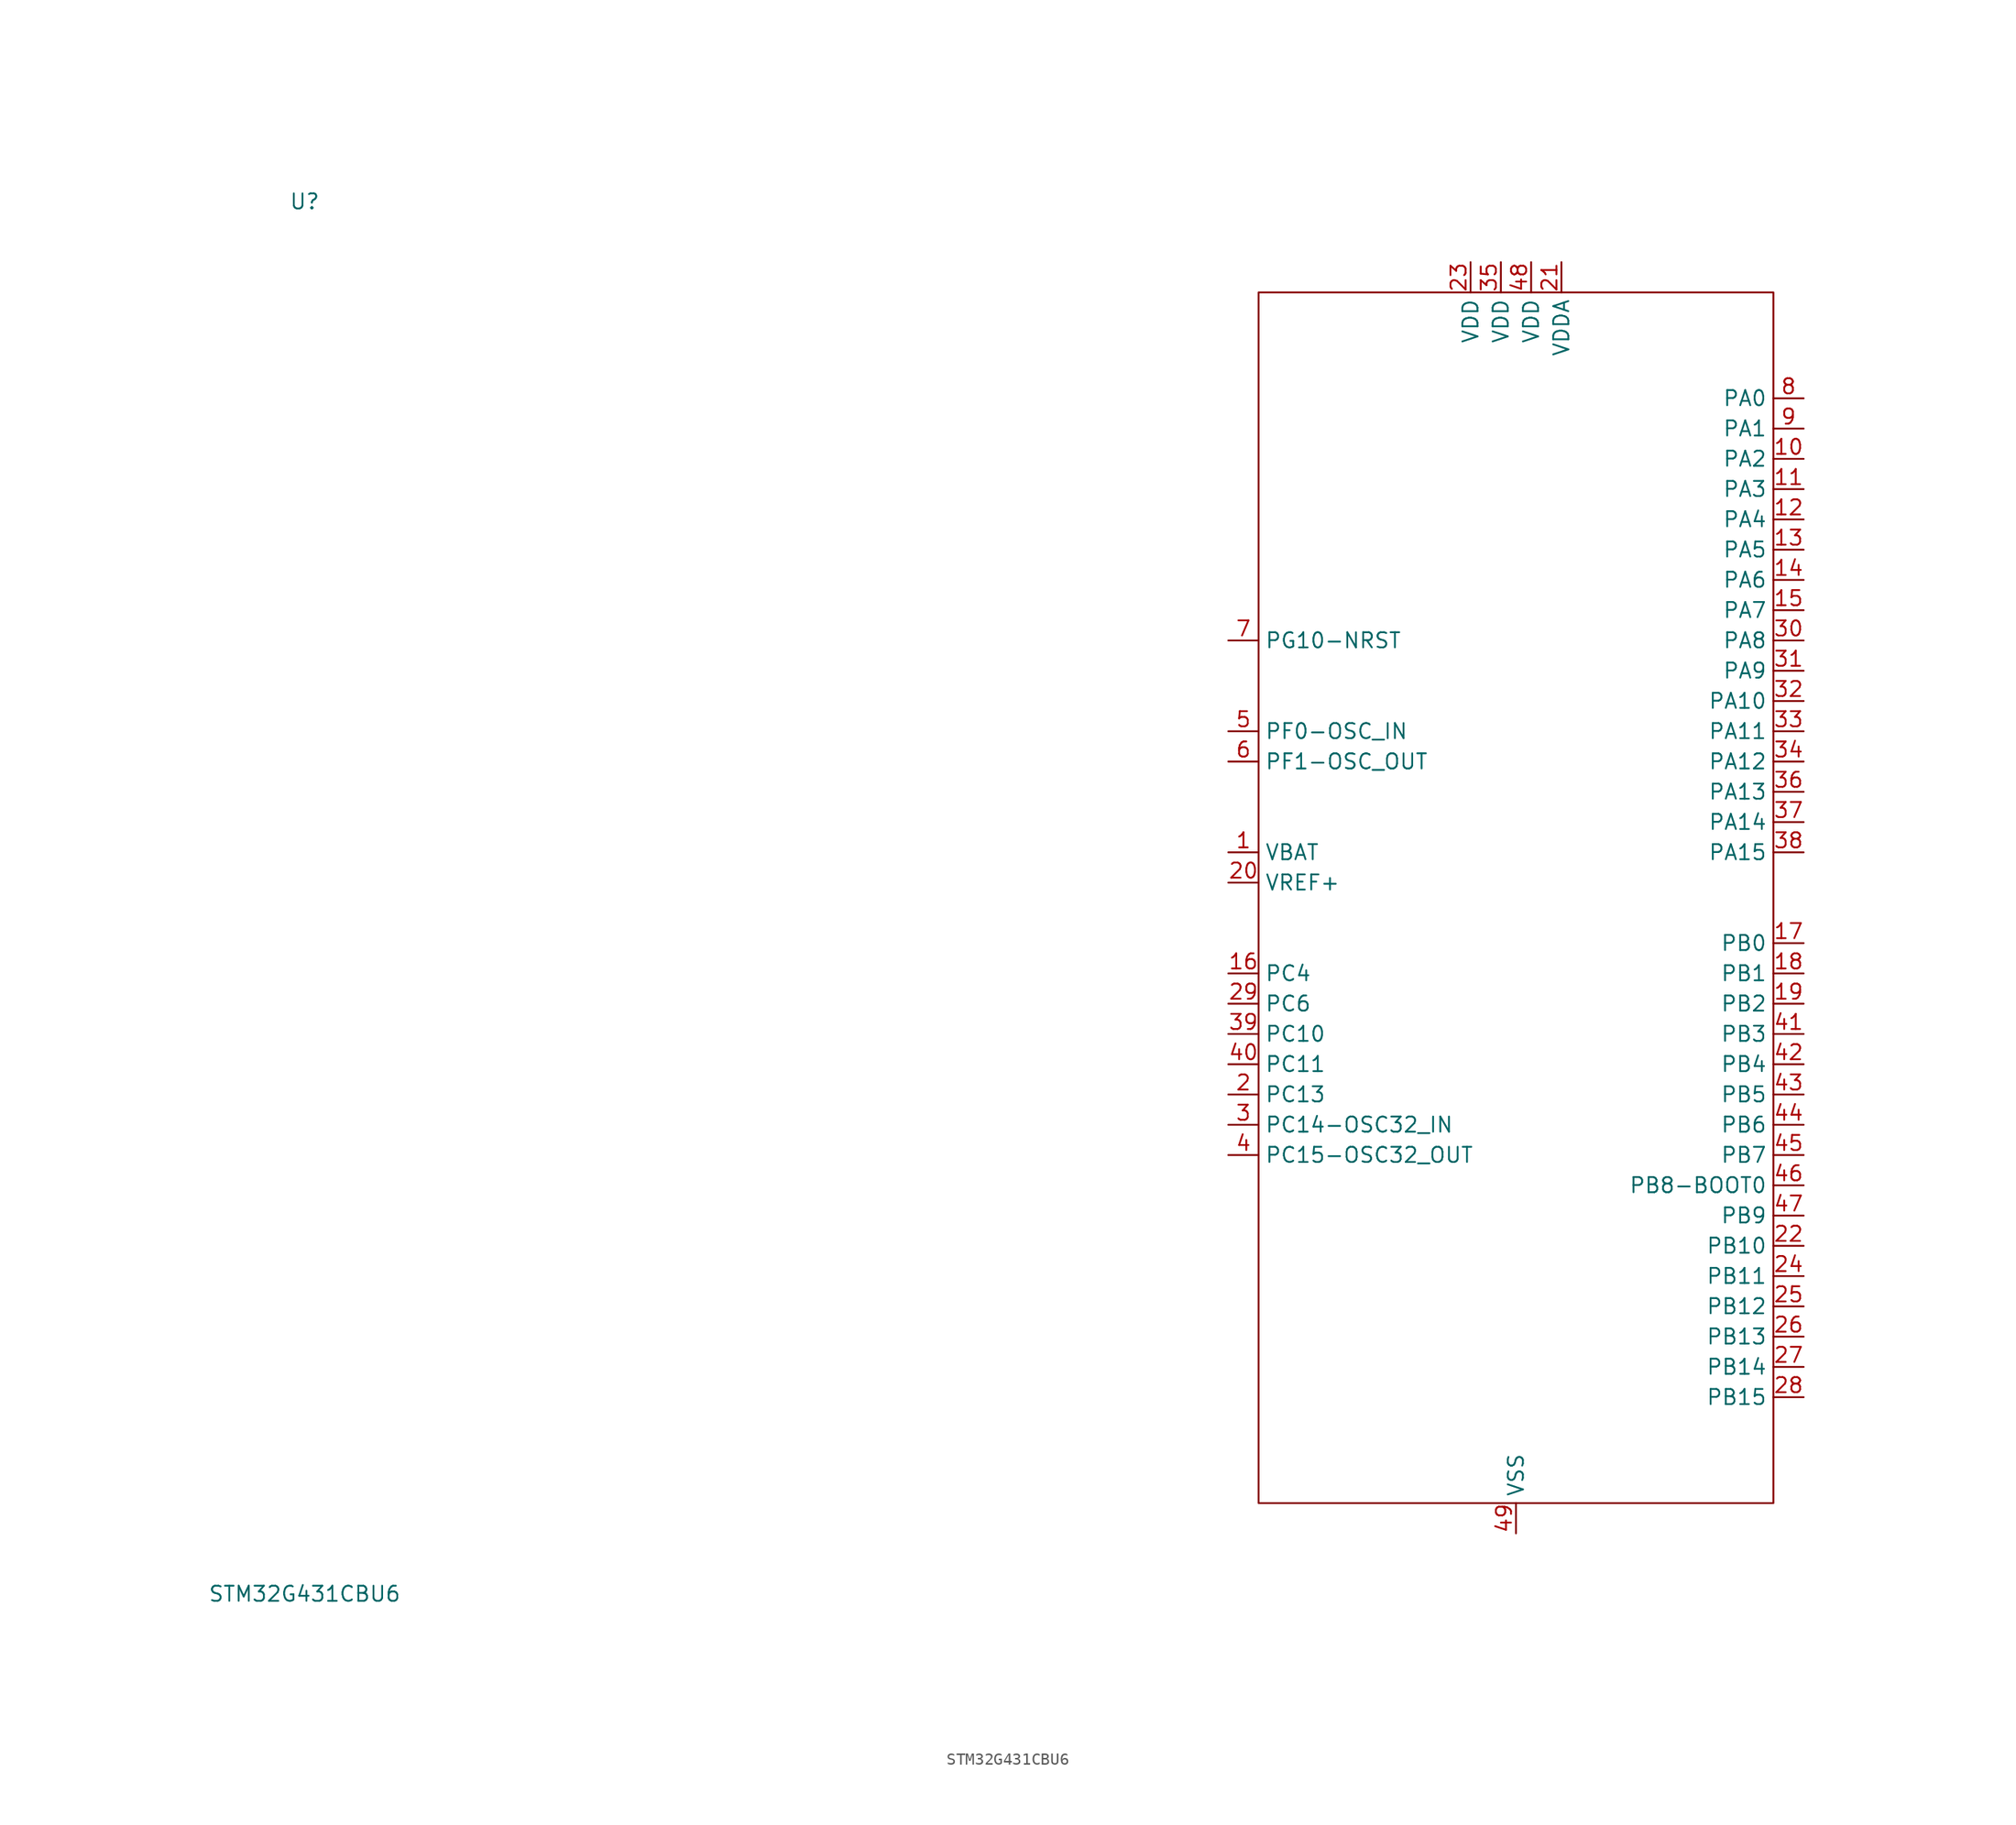
<source format=kicad_sym>
(kicad_symbol_lib
  (version 20211014)
  (generator nlbn)
  (symbol "STM32G431CBU6"
    (property "Reference" "U"
      (at 0 -17.78 0)
      (effects (font (size 1.27 1.27))))
    (property "Value" "STM32G431CBU6"
      (at 0 -134.62 0)
      (effects (font (size 1.27 1.27))))
    (symbol "STM32G431CBU6_0_1"
      (rectangle (start 80.01 -25.40) (end 123.19 -127.00) (stroke (width 0) (type default) (color 0 0 0 0)) (fill (type none)))
      (pin unspecified line (at 77.47 -54.61 0) (length 2.54) (name "PG10-NRST" (effects (font (size 1.27 1.27)))) (number "7" (effects (font (size 1.27 1.27)))))
      (pin unspecified line (at 77.47 -62.23 0) (length 2.54) (name "PF0-OSC_IN" (effects (font (size 1.27 1.27)))) (number "5" (effects (font (size 1.27 1.27)))))
      (pin unspecified line (at 77.47 -64.77 0) (length 2.54) (name "PF1-OSC_OUT" (effects (font (size 1.27 1.27)))) (number "6" (effects (font (size 1.27 1.27)))))
      (pin unspecified line (at 77.47 -72.39 0) (length 2.54) (name "VBAT" (effects (font (size 1.27 1.27)))) (number "1" (effects (font (size 1.27 1.27)))))
      (pin unspecified line (at 77.47 -74.93 0) (length 2.54) (name "VREF+" (effects (font (size 1.27 1.27)))) (number "20" (effects (font (size 1.27 1.27)))))
      (pin unspecified line (at 77.47 -82.55 0) (length 2.54) (name "PC4" (effects (font (size 1.27 1.27)))) (number "16" (effects (font (size 1.27 1.27)))))
      (pin unspecified line (at 77.47 -85.09 0) (length 2.54) (name "PC6" (effects (font (size 1.27 1.27)))) (number "29" (effects (font (size 1.27 1.27)))))
      (pin unspecified line (at 77.47 -87.63 0) (length 2.54) (name "PC10" (effects (font (size 1.27 1.27)))) (number "39" (effects (font (size 1.27 1.27)))))
      (pin unspecified line (at 77.47 -90.17 0) (length 2.54) (name "PC11" (effects (font (size 1.27 1.27)))) (number "40" (effects (font (size 1.27 1.27)))))
      (pin unspecified line (at 77.47 -92.71 0) (length 2.54) (name "PC13" (effects (font (size 1.27 1.27)))) (number "2" (effects (font (size 1.27 1.27)))))
      (pin unspecified line (at 77.47 -95.25 0) (length 2.54) (name "PC14-OSC32_IN" (effects (font (size 1.27 1.27)))) (number "3" (effects (font (size 1.27 1.27)))))
      (pin unspecified line (at 77.47 -97.79 0) (length 2.54) (name "PC15-OSC32_OUT" (effects (font (size 1.27 1.27)))) (number "4" (effects (font (size 1.27 1.27)))))
      (pin unspecified line (at 125.73 -118.11 180) (length 2.54) (name "PB15" (effects (font (size 1.27 1.27)))) (number "28" (effects (font (size 1.27 1.27)))))
      (pin unspecified line (at 125.73 -115.57 180) (length 2.54) (name "PB14" (effects (font (size 1.27 1.27)))) (number "27" (effects (font (size 1.27 1.27)))))
      (pin unspecified line (at 125.73 -113.03 180) (length 2.54) (name "PB13" (effects (font (size 1.27 1.27)))) (number "26" (effects (font (size 1.27 1.27)))))
      (pin unspecified line (at 125.73 -110.49 180) (length 2.54) (name "PB12" (effects (font (size 1.27 1.27)))) (number "25" (effects (font (size 1.27 1.27)))))
      (pin unspecified line (at 125.73 -107.95 180) (length 2.54) (name "PB11" (effects (font (size 1.27 1.27)))) (number "24" (effects (font (size 1.27 1.27)))))
      (pin unspecified line (at 125.73 -105.41 180) (length 2.54) (name "PB10" (effects (font (size 1.27 1.27)))) (number "22" (effects (font (size 1.27 1.27)))))
      (pin unspecified line (at 125.73 -102.87 180) (length 2.54) (name "PB9" (effects (font (size 1.27 1.27)))) (number "47" (effects (font (size 1.27 1.27)))))
      (pin unspecified line (at 125.73 -100.33 180) (length 2.54) (name "PB8-BOOT0" (effects (font (size 1.27 1.27)))) (number "46" (effects (font (size 1.27 1.27)))))
      (pin unspecified line (at 125.73 -97.79 180) (length 2.54) (name "PB7" (effects (font (size 1.27 1.27)))) (number "45" (effects (font (size 1.27 1.27)))))
      (pin unspecified line (at 125.73 -95.25 180) (length 2.54) (name "PB6" (effects (font (size 1.27 1.27)))) (number "44" (effects (font (size 1.27 1.27)))))
      (pin unspecified line (at 125.73 -92.71 180) (length 2.54) (name "PB5" (effects (font (size 1.27 1.27)))) (number "43" (effects (font (size 1.27 1.27)))))
      (pin unspecified line (at 125.73 -90.17 180) (length 2.54) (name "PB4" (effects (font (size 1.27 1.27)))) (number "42" (effects (font (size 1.27 1.27)))))
      (pin unspecified line (at 125.73 -87.63 180) (length 2.54) (name "PB3" (effects (font (size 1.27 1.27)))) (number "41" (effects (font (size 1.27 1.27)))))
      (pin unspecified line (at 125.73 -85.09 180) (length 2.54) (name "PB2" (effects (font (size 1.27 1.27)))) (number "19" (effects (font (size 1.27 1.27)))))
      (pin unspecified line (at 125.73 -82.55 180) (length 2.54) (name "PB1" (effects (font (size 1.27 1.27)))) (number "18" (effects (font (size 1.27 1.27)))))
      (pin unspecified line (at 125.73 -80.01 180) (length 2.54) (name "PB0" (effects (font (size 1.27 1.27)))) (number "17" (effects (font (size 1.27 1.27)))))
      (pin unspecified line (at 125.73 -72.39 180) (length 2.54) (name "PA15" (effects (font (size 1.27 1.27)))) (number "38" (effects (font (size 1.27 1.27)))))
      (pin unspecified line (at 125.73 -69.85 180) (length 2.54) (name "PA14" (effects (font (size 1.27 1.27)))) (number "37" (effects (font (size 1.27 1.27)))))
      (pin unspecified line (at 125.73 -67.31 180) (length 2.54) (name "PA13" (effects (font (size 1.27 1.27)))) (number "36" (effects (font (size 1.27 1.27)))))
      (pin unspecified line (at 125.73 -64.77 180) (length 2.54) (name "PA12" (effects (font (size 1.27 1.27)))) (number "34" (effects (font (size 1.27 1.27)))))
      (pin unspecified line (at 125.73 -62.23 180) (length 2.54) (name "PA11" (effects (font (size 1.27 1.27)))) (number "33" (effects (font (size 1.27 1.27)))))
      (pin unspecified line (at 125.73 -59.69 180) (length 2.54) (name "PA10" (effects (font (size 1.27 1.27)))) (number "32" (effects (font (size 1.27 1.27)))))
      (pin unspecified line (at 125.73 -57.15 180) (length 2.54) (name "PA9" (effects (font (size 1.27 1.27)))) (number "31" (effects (font (size 1.27 1.27)))))
      (pin unspecified line (at 125.73 -54.61 180) (length 2.54) (name "PA8" (effects (font (size 1.27 1.27)))) (number "30" (effects (font (size 1.27 1.27)))))
      (pin unspecified line (at 125.73 -52.07 180) (length 2.54) (name "PA7" (effects (font (size 1.27 1.27)))) (number "15" (effects (font (size 1.27 1.27)))))
      (pin unspecified line (at 125.73 -49.53 180) (length 2.54) (name "PA6" (effects (font (size 1.27 1.27)))) (number "14" (effects (font (size 1.27 1.27)))))
      (pin unspecified line (at 125.73 -46.99 180) (length 2.54) (name "PA5" (effects (font (size 1.27 1.27)))) (number "13" (effects (font (size 1.27 1.27)))))
      (pin unspecified line (at 125.73 -44.45 180) (length 2.54) (name "PA4" (effects (font (size 1.27 1.27)))) (number "12" (effects (font (size 1.27 1.27)))))
      (pin unspecified line (at 125.73 -41.91 180) (length 2.54) (name "PA3" (effects (font (size 1.27 1.27)))) (number "11" (effects (font (size 1.27 1.27)))))
      (pin unspecified line (at 125.73 -39.37 180) (length 2.54) (name "PA2" (effects (font (size 1.27 1.27)))) (number "10" (effects (font (size 1.27 1.27)))))
      (pin unspecified line (at 125.73 -36.83 180) (length 2.54) (name "PA1" (effects (font (size 1.27 1.27)))) (number "9" (effects (font (size 1.27 1.27)))))
      (pin unspecified line (at 125.73 -34.29 180) (length 2.54) (name "PA0" (effects (font (size 1.27 1.27)))) (number "8" (effects (font (size 1.27 1.27)))))
      (pin unspecified line (at 101.60 -129.54 90) (length 2.54) (name "VSS" (effects (font (size 1.27 1.27)))) (number "49" (effects (font (size 1.27 1.27)))))
      (pin unspecified line (at 105.41 -22.86 270) (length 2.54) (name "VDDA" (effects (font (size 1.27 1.27)))) (number "21" (effects (font (size 1.27 1.27)))))
      (pin unspecified line (at 102.87 -22.86 270) (length 2.54) (name "VDD" (effects (font (size 1.27 1.27)))) (number "48" (effects (font (size 1.27 1.27)))))
      (pin unspecified line (at 100.33 -22.86 270) (length 2.54) (name "VDD" (effects (font (size 1.27 1.27)))) (number "35" (effects (font (size 1.27 1.27)))))
      (pin unspecified line (at 97.79 -22.86 270) (length 2.54) (name "VDD" (effects (font (size 1.27 1.27)))) (number "23" (effects (font (size 1.27 1.27))))))))
</source>
